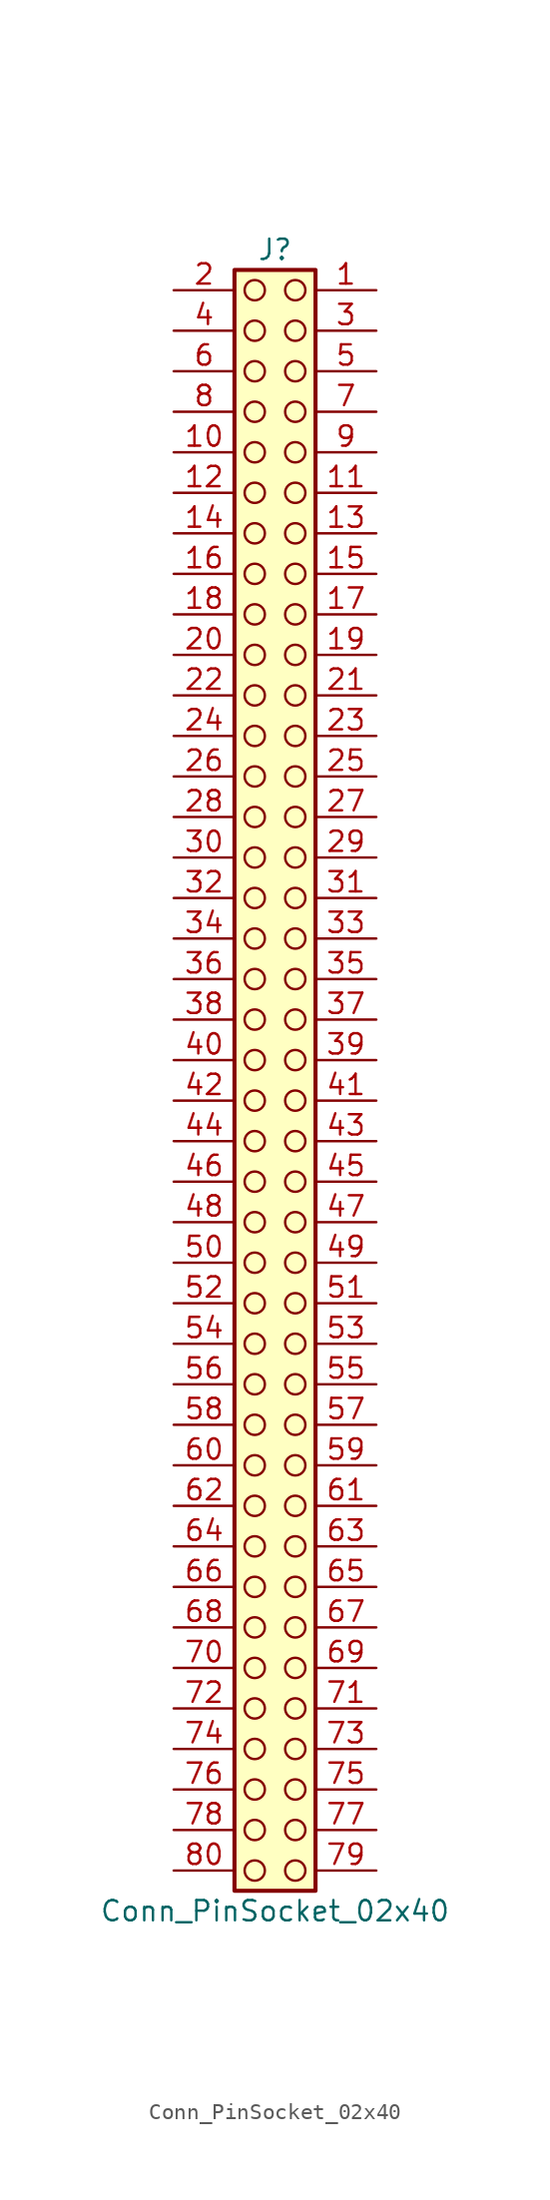
<source format=kicad_sym>
(kicad_symbol_lib
  (version 20241209)
  (generator "kicad_symbol_editor")
  (generator_version "9.0")
  (symbol "Conn_PinSocket_02x40"
    (pin_names
      (offset 1.016)
      (hide yes))
    (property "Reference" "J"
      (at 1.27 50.8 0)
      (effects (font (size 1.27 1.27))))
    (property "Value" "Conn_PinSocket_02x40"
      (at 1.27 -53.34 0)
      (effects (font (size 1.27 1.27))))
    (symbol "Conn_PinSocket_02x40_1_1"
      (rectangle (start -1.27 49.53) (end 3.81 -52.07) (stroke (width 0.254) (type default)) (fill (type background)))
      (circle (center 0 48.26) (radius 0.635) (stroke (width 0) (type solid) (color 132 0 0 1)) (fill (type none)))
      (circle (center 0 45.72) (radius 0.635) (stroke (width 0) (type solid) (color 132 0 0 1)) (fill (type none)))
      (circle (center 0 43.18) (radius 0.635) (stroke (width 0) (type solid) (color 132 0 0 1)) (fill (type none)))
      (circle (center 0 40.64) (radius 0.635) (stroke (width 0) (type solid) (color 132 0 0 1)) (fill (type none)))
      (circle (center 0 38.1) (radius 0.635) (stroke (width 0) (type solid) (color 132 0 0 1)) (fill (type none)))
      (circle (center 0 35.56) (radius 0.635) (stroke (width 0) (type solid) (color 132 0 0 1)) (fill (type none)))
      (circle (center 0 33.02) (radius 0.635) (stroke (width 0) (type solid) (color 132 0 0 1)) (fill (type none)))
      (circle (center 0 30.48) (radius 0.635) (stroke (width 0) (type solid) (color 132 0 0 1)) (fill (type none)))
      (circle (center 0 27.94) (radius 0.635) (stroke (width 0) (type solid) (color 132 0 0 1)) (fill (type none)))
      (circle (center 0 25.4) (radius 0.635) (stroke (width 0) (type solid) (color 132 0 0 1)) (fill (type none)))
      (circle (center 0 22.86) (radius 0.635) (stroke (width 0) (type solid) (color 132 0 0 1)) (fill (type none)))
      (circle (center 0 20.32) (radius 0.635) (stroke (width 0) (type solid) (color 132 0 0 1)) (fill (type none)))
      (circle (center 0 17.78) (radius 0.635) (stroke (width 0) (type solid) (color 132 0 0 1)) (fill (type none)))
      (circle (center 0 15.24) (radius 0.635) (stroke (width 0) (type solid) (color 132 0 0 1)) (fill (type none)))
      (circle (center 0 12.7) (radius 0.635) (stroke (width 0) (type solid) (color 132 0 0 1)) (fill (type none)))
      (circle (center 0 10.16) (radius 0.635) (stroke (width 0) (type solid) (color 132 0 0 1)) (fill (type none)))
      (circle (center 0 7.62) (radius 0.635) (stroke (width 0) (type solid) (color 132 0 0 1)) (fill (type none)))
      (circle (center 0 5.08) (radius 0.635) (stroke (width 0) (type solid) (color 132 0 0 1)) (fill (type none)))
      (circle (center 0 2.54) (radius 0.635) (stroke (width 0) (type solid) (color 132 0 0 1)) (fill (type none)))
      (circle (center 0 0) (radius 0.635) (stroke (width 0) (type solid) (color 132 0 0 1)) (fill (type none)))
      (circle (center 0 -2.54) (radius 0.635) (stroke (width 0) (type solid) (color 132 0 0 1)) (fill (type none)))
      (circle (center 0 -5.08) (radius 0.635) (stroke (width 0) (type solid) (color 132 0 0 1)) (fill (type none)))
      (circle (center 0 -7.62) (radius 0.635) (stroke (width 0) (type solid) (color 132 0 0 1)) (fill (type none)))
      (circle (center 0 -10.16) (radius 0.635) (stroke (width 0) (type solid) (color 132 0 0 1)) (fill (type none)))
      (circle (center 0 -12.7) (radius 0.635) (stroke (width 0) (type solid) (color 132 0 0 1)) (fill (type none)))
      (circle (center 0 -15.24) (radius 0.635) (stroke (width 0) (type solid) (color 132 0 0 1)) (fill (type none)))
      (circle (center 0 -17.78) (radius 0.635) (stroke (width 0) (type solid) (color 132 0 0 1)) (fill (type none)))
      (circle (center 0 -20.32) (radius 0.635) (stroke (width 0) (type solid) (color 132 0 0 1)) (fill (type none)))
      (circle (center 0 -22.86) (radius 0.635) (stroke (width 0) (type solid) (color 132 0 0 1)) (fill (type none)))
      (circle (center 0 -25.4) (radius 0.635) (stroke (width 0) (type solid) (color 132 0 0 1)) (fill (type none)))
      (circle (center 0 -27.94) (radius 0.635) (stroke (width 0) (type solid) (color 132 0 0 1)) (fill (type none)))
      (circle (center 0 -30.48) (radius 0.635) (stroke (width 0) (type solid) (color 132 0 0 1)) (fill (type none)))
      (circle (center 0 -33.02) (radius 0.635) (stroke (width 0) (type solid) (color 132 0 0 1)) (fill (type none)))
      (circle (center 0 -35.56) (radius 0.635) (stroke (width 0) (type solid) (color 132 0 0 1)) (fill (type none)))
      (circle (center 0 -38.1) (radius 0.635) (stroke (width 0) (type solid) (color 132 0 0 1)) (fill (type none)))
      (circle (center 0 -40.64) (radius 0.635) (stroke (width 0) (type solid) (color 132 0 0 1)) (fill (type none)))
      (circle (center 0 -43.18) (radius 0.635) (stroke (width 0) (type solid) (color 132 0 0 1)) (fill (type none)))
      (circle (center 0 -45.72) (radius 0.635) (stroke (width 0) (type solid) (color 132 0 0 1)) (fill (type none)))
      (circle (center 0 -48.26) (radius 0.635) (stroke (width 0) (type solid) (color 132 0 0 1)) (fill (type none)))
      (circle (center 0 -50.8) (radius 0.635) (stroke (width 0) (type solid) (color 132 0 0 1)) (fill (type none)))
      (circle (center 2.54 48.26) (radius 0.635) (stroke (width 0) (type solid) (color 132 0 0 1)) (fill (type none)))
      (circle (center 2.54 45.72) (radius 0.635) (stroke (width 0) (type solid) (color 132 0 0 1)) (fill (type none)))
      (circle (center 2.54 43.18) (radius 0.635) (stroke (width 0) (type solid) (color 132 0 0 1)) (fill (type none)))
      (circle (center 2.54 40.64) (radius 0.635) (stroke (width 0) (type solid) (color 132 0 0 1)) (fill (type none)))
      (circle (center 2.54 38.1) (radius 0.635) (stroke (width 0) (type solid) (color 132 0 0 1)) (fill (type none)))
      (circle (center 2.54 35.56) (radius 0.635) (stroke (width 0) (type solid) (color 132 0 0 1)) (fill (type none)))
      (circle (center 2.54 33.02) (radius 0.635) (stroke (width 0) (type solid) (color 132 0 0 1)) (fill (type none)))
      (circle (center 2.54 30.48) (radius 0.635) (stroke (width 0) (type solid) (color 132 0 0 1)) (fill (type none)))
      (circle (center 2.54 27.94) (radius 0.635) (stroke (width 0) (type solid) (color 132 0 0 1)) (fill (type none)))
      (circle (center 2.54 25.4) (radius 0.635) (stroke (width 0) (type solid) (color 132 0 0 1)) (fill (type none)))
      (circle (center 2.54 22.86) (radius 0.635) (stroke (width 0) (type solid) (color 132 0 0 1)) (fill (type none)))
      (circle (center 2.54 20.32) (radius 0.635) (stroke (width 0) (type solid) (color 132 0 0 1)) (fill (type none)))
      (circle (center 2.54 17.78) (radius 0.635) (stroke (width 0) (type solid) (color 132 0 0 1)) (fill (type none)))
      (circle (center 2.54 15.24) (radius 0.635) (stroke (width 0) (type solid) (color 132 0 0 1)) (fill (type none)))
      (circle (center 2.54 12.7) (radius 0.635) (stroke (width 0) (type solid) (color 132 0 0 1)) (fill (type none)))
      (circle (center 2.54 10.16) (radius 0.635) (stroke (width 0) (type solid) (color 132 0 0 1)) (fill (type none)))
      (circle (center 2.54 7.62) (radius 0.635) (stroke (width 0) (type solid) (color 132 0 0 1)) (fill (type none)))
      (circle (center 2.54 5.08) (radius 0.635) (stroke (width 0) (type solid) (color 132 0 0 1)) (fill (type none)))
      (circle (center 2.54 2.54) (radius 0.635) (stroke (width 0) (type solid) (color 132 0 0 1)) (fill (type none)))
      (circle (center 2.54 0) (radius 0.635) (stroke (width 0) (type solid) (color 132 0 0 1)) (fill (type none)))
      (circle (center 2.54 -2.54) (radius 0.635) (stroke (width 0) (type solid) (color 132 0 0 1)) (fill (type none)))
      (circle (center 2.54 -5.08) (radius 0.635) (stroke (width 0) (type solid) (color 132 0 0 1)) (fill (type none)))
      (circle (center 2.54 -7.62) (radius 0.635) (stroke (width 0) (type solid) (color 132 0 0 1)) (fill (type none)))
      (circle (center 2.54 -10.16) (radius 0.635) (stroke (width 0) (type solid) (color 132 0 0 1)) (fill (type none)))
      (circle (center 2.54 -12.7) (radius 0.635) (stroke (width 0) (type solid) (color 132 0 0 1)) (fill (type none)))
      (circle (center 2.54 -15.24) (radius 0.635) (stroke (width 0) (type solid) (color 132 0 0 1)) (fill (type none)))
      (circle (center 2.54 -17.78) (radius 0.635) (stroke (width 0) (type solid) (color 132 0 0 1)) (fill (type none)))
      (circle (center 2.54 -20.32) (radius 0.635) (stroke (width 0) (type solid) (color 132 0 0 1)) (fill (type none)))
      (circle (center 2.54 -22.86) (radius 0.635) (stroke (width 0) (type solid) (color 132 0 0 1)) (fill (type none)))
      (circle (center 2.54 -25.4) (radius 0.635) (stroke (width 0) (type solid) (color 132 0 0 1)) (fill (type none)))
      (circle (center 2.54 -27.94) (radius 0.635) (stroke (width 0) (type solid) (color 132 0 0 1)) (fill (type none)))
      (circle (center 2.54 -30.48) (radius 0.635) (stroke (width 0) (type solid) (color 132 0 0 1)) (fill (type none)))
      (circle (center 2.54 -33.02) (radius 0.635) (stroke (width 0) (type solid) (color 132 0 0 1)) (fill (type none)))
      (circle (center 2.54 -35.56) (radius 0.635) (stroke (width 0) (type solid) (color 132 0 0 1)) (fill (type none)))
      (circle (center 2.54 -38.1) (radius 0.635) (stroke (width 0) (type solid) (color 132 0 0 1)) (fill (type none)))
      (circle (center 2.54 -40.64) (radius 0.635) (stroke (width 0) (type solid) (color 132 0 0 1)) (fill (type none)))
      (circle (center 2.54 -43.18) (radius 0.635) (stroke (width 0) (type solid) (color 132 0 0 1)) (fill (type none)))
      (circle (center 2.54 -45.72) (radius 0.635) (stroke (width 0) (type solid) (color 132 0 0 1)) (fill (type none)))
      (circle (center 2.54 -48.26) (radius 0.635) (stroke (width 0) (type solid) (color 132 0 0 1)) (fill (type none)))
      (circle (center 2.54 -50.8) (radius 0.635) (stroke (width 0) (type solid) (color 132 0 0 1)) (fill (type none)))
      (pin passive line (at -5.08 48.26 0) (length 3.81) (name "Pin_2" (effects (font (size 1.27 1.27)))) (number "2" (effects (font (size 1.27 1.27)))))
      (pin passive line (at -5.08 45.72 0) (length 3.81) (name "Pin_4" (effects (font (size 1.27 1.27)))) (number "4" (effects (font (size 1.27 1.27)))))
      (pin passive line (at -5.08 43.18 0) (length 3.81) (name "Pin_6" (effects (font (size 1.27 1.27)))) (number "6" (effects (font (size 1.27 1.27)))))
      (pin passive line (at -5.08 40.64 0) (length 3.81) (name "Pin_8" (effects (font (size 1.27 1.27)))) (number "8" (effects (font (size 1.27 1.27)))))
      (pin passive line (at -5.08 38.1 0) (length 3.81) (name "Pin_10" (effects (font (size 1.27 1.27)))) (number "10" (effects (font (size 1.27 1.27)))))
      (pin passive line (at -5.08 35.56 0) (length 3.81) (name "Pin_12" (effects (font (size 1.27 1.27)))) (number "12" (effects (font (size 1.27 1.27)))))
      (pin passive line (at -5.08 33.02 0) (length 3.81) (name "Pin_14" (effects (font (size 1.27 1.27)))) (number "14" (effects (font (size 1.27 1.27)))))
      (pin passive line (at -5.08 30.48 0) (length 3.81) (name "Pin_16" (effects (font (size 1.27 1.27)))) (number "16" (effects (font (size 1.27 1.27)))))
      (pin passive line (at -5.08 27.94 0) (length 3.81) (name "Pin_18" (effects (font (size 1.27 1.27)))) (number "18" (effects (font (size 1.27 1.27)))))
      (pin passive line (at -5.08 25.4 0) (length 3.81) (name "Pin_20" (effects (font (size 1.27 1.27)))) (number "20" (effects (font (size 1.27 1.27)))))
      (pin passive line (at -5.08 22.86 0) (length 3.81) (name "Pin_22" (effects (font (size 1.27 1.27)))) (number "22" (effects (font (size 1.27 1.27)))))
      (pin passive line (at -5.08 20.32 0) (length 3.81) (name "Pin_24" (effects (font (size 1.27 1.27)))) (number "24" (effects (font (size 1.27 1.27)))))
      (pin passive line (at -5.08 17.78 0) (length 3.81) (name "Pin_26" (effects (font (size 1.27 1.27)))) (number "26" (effects (font (size 1.27 1.27)))))
      (pin passive line (at -5.08 15.24 0) (length 3.81) (name "Pin_28" (effects (font (size 1.27 1.27)))) (number "28" (effects (font (size 1.27 1.27)))))
      (pin passive line (at -5.08 12.7 0) (length 3.81) (name "Pin_30" (effects (font (size 1.27 1.27)))) (number "30" (effects (font (size 1.27 1.27)))))
      (pin passive line (at -5.08 10.16 0) (length 3.81) (name "Pin_32" (effects (font (size 1.27 1.27)))) (number "32" (effects (font (size 1.27 1.27)))))
      (pin passive line (at -5.08 7.62 0) (length 3.81) (name "Pin_34" (effects (font (size 1.27 1.27)))) (number "34" (effects (font (size 1.27 1.27)))))
      (pin passive line (at -5.08 5.08 0) (length 3.81) (name "Pin_36" (effects (font (size 1.27 1.27)))) (number "36" (effects (font (size 1.27 1.27)))))
      (pin passive line (at -5.08 2.54 0) (length 3.81) (name "Pin_38" (effects (font (size 1.27 1.27)))) (number "38" (effects (font (size 1.27 1.27)))))
      (pin passive line (at -5.08 0 0) (length 3.81) (name "Pin_40" (effects (font (size 1.27 1.27)))) (number "40" (effects (font (size 1.27 1.27)))))
      (pin passive line (at -5.08 -2.54 0) (length 3.81) (name "Pin_42" (effects (font (size 1.27 1.27)))) (number "42" (effects (font (size 1.27 1.27)))))
      (pin passive line (at -5.08 -5.08 0) (length 3.81) (name "Pin_44" (effects (font (size 1.27 1.27)))) (number "44" (effects (font (size 1.27 1.27)))))
      (pin passive line (at -5.08 -7.62 0) (length 3.81) (name "Pin_46" (effects (font (size 1.27 1.27)))) (number "46" (effects (font (size 1.27 1.27)))))
      (pin passive line (at -5.08 -10.16 0) (length 3.81) (name "Pin_48" (effects (font (size 1.27 1.27)))) (number "48" (effects (font (size 1.27 1.27)))))
      (pin passive line (at -5.08 -12.7 0) (length 3.81) (name "Pin_50" (effects (font (size 1.27 1.27)))) (number "50" (effects (font (size 1.27 1.27)))))
      (pin passive line (at -5.08 -15.24 0) (length 3.81) (name "Pin_52" (effects (font (size 1.27 1.27)))) (number "52" (effects (font (size 1.27 1.27)))))
      (pin passive line (at -5.08 -17.78 0) (length 3.81) (name "Pin_54" (effects (font (size 1.27 1.27)))) (number "54" (effects (font (size 1.27 1.27)))))
      (pin passive line (at -5.08 -20.32 0) (length 3.81) (name "Pin_56" (effects (font (size 1.27 1.27)))) (number "56" (effects (font (size 1.27 1.27)))))
      (pin passive line (at -5.08 -22.86 0) (length 3.81) (name "Pin_58" (effects (font (size 1.27 1.27)))) (number "58" (effects (font (size 1.27 1.27)))))
      (pin passive line (at -5.08 -25.4 0) (length 3.81) (name "Pin_60" (effects (font (size 1.27 1.27)))) (number "60" (effects (font (size 1.27 1.27)))))
      (pin passive line (at -5.08 -27.94 0) (length 3.81) (name "Pin_62" (effects (font (size 1.27 1.27)))) (number "62" (effects (font (size 1.27 1.27)))))
      (pin passive line (at -5.08 -30.48 0) (length 3.81) (name "Pin_64" (effects (font (size 1.27 1.27)))) (number "64" (effects (font (size 1.27 1.27)))))
      (pin passive line (at -5.08 -33.02 0) (length 3.81) (name "Pin_66" (effects (font (size 1.27 1.27)))) (number "66" (effects (font (size 1.27 1.27)))))
      (pin passive line (at -5.08 -35.56 0) (length 3.81) (name "Pin_68" (effects (font (size 1.27 1.27)))) (number "68" (effects (font (size 1.27 1.27)))))
      (pin passive line (at -5.08 -38.1 0) (length 3.81) (name "Pin_70" (effects (font (size 1.27 1.27)))) (number "70" (effects (font (size 1.27 1.27)))))
      (pin passive line (at -5.08 -40.64 0) (length 3.81) (name "Pin_72" (effects (font (size 1.27 1.27)))) (number "72" (effects (font (size 1.27 1.27)))))
      (pin passive line (at -5.08 -43.18 0) (length 3.81) (name "Pin_74" (effects (font (size 1.27 1.27)))) (number "74" (effects (font (size 1.27 1.27)))))
      (pin passive line (at -5.08 -45.72 0) (length 3.81) (name "Pin_76" (effects (font (size 1.27 1.27)))) (number "76" (effects (font (size 1.27 1.27)))))
      (pin passive line (at -5.08 -48.26 0) (length 3.81) (name "Pin_78" (effects (font (size 1.27 1.27)))) (number "78" (effects (font (size 1.27 1.27)))))
      (pin passive line (at -5.08 -50.8 0) (length 3.81) (name "Pin_80" (effects (font (size 1.27 1.27)))) (number "80" (effects (font (size 1.27 1.27)))))
      (pin passive line (at 7.62 48.26 180) (length 3.81) (name "Pin_1" (effects (font (size 1.27 1.27)))) (number "1" (effects (font (size 1.27 1.27)))))
      (pin passive line (at 7.62 45.72 180) (length 3.81) (name "Pin_3" (effects (font (size 1.27 1.27)))) (number "3" (effects (font (size 1.27 1.27)))))
      (pin passive line (at 7.62 43.18 180) (length 3.81) (name "Pin_5" (effects (font (size 1.27 1.27)))) (number "5" (effects (font (size 1.27 1.27)))))
      (pin passive line (at 7.62 40.64 180) (length 3.81) (name "Pin_7" (effects (font (size 1.27 1.27)))) (number "7" (effects (font (size 1.27 1.27)))))
      (pin passive line (at 7.62 38.1 180) (length 3.81) (name "Pin_9" (effects (font (size 1.27 1.27)))) (number "9" (effects (font (size 1.27 1.27)))))
      (pin passive line (at 7.62 35.56 180) (length 3.81) (name "Pin_11" (effects (font (size 1.27 1.27)))) (number "11" (effects (font (size 1.27 1.27)))))
      (pin passive line (at 7.62 33.02 180) (length 3.81) (name "Pin_13" (effects (font (size 1.27 1.27)))) (number "13" (effects (font (size 1.27 1.27)))))
      (pin passive line (at 7.62 30.48 180) (length 3.81) (name "Pin_15" (effects (font (size 1.27 1.27)))) (number "15" (effects (font (size 1.27 1.27)))))
      (pin passive line (at 7.62 27.94 180) (length 3.81) (name "Pin_17" (effects (font (size 1.27 1.27)))) (number "17" (effects (font (size 1.27 1.27)))))
      (pin passive line (at 7.62 25.4 180) (length 3.81) (name "Pin_19" (effects (font (size 1.27 1.27)))) (number "19" (effects (font (size 1.27 1.27)))))
      (pin passive line (at 7.62 22.86 180) (length 3.81) (name "Pin_21" (effects (font (size 1.27 1.27)))) (number "21" (effects (font (size 1.27 1.27)))))
      (pin passive line (at 7.62 20.32 180) (length 3.81) (name "Pin_23" (effects (font (size 1.27 1.27)))) (number "23" (effects (font (size 1.27 1.27)))))
      (pin passive line (at 7.62 17.78 180) (length 3.81) (name "Pin_25" (effects (font (size 1.27 1.27)))) (number "25" (effects (font (size 1.27 1.27)))))
      (pin passive line (at 7.62 15.24 180) (length 3.81) (name "Pin_27" (effects (font (size 1.27 1.27)))) (number "27" (effects (font (size 1.27 1.27)))))
      (pin passive line (at 7.62 12.7 180) (length 3.81) (name "Pin_29" (effects (font (size 1.27 1.27)))) (number "29" (effects (font (size 1.27 1.27)))))
      (pin passive line (at 7.62 10.16 180) (length 3.81) (name "Pin_31" (effects (font (size 1.27 1.27)))) (number "31" (effects (font (size 1.27 1.27)))))
      (pin passive line (at 7.62 7.62 180) (length 3.81) (name "Pin_33" (effects (font (size 1.27 1.27)))) (number "33" (effects (font (size 1.27 1.27)))))
      (pin passive line (at 7.62 5.08 180) (length 3.81) (name "Pin_35" (effects (font (size 1.27 1.27)))) (number "35" (effects (font (size 1.27 1.27)))))
      (pin passive line (at 7.62 2.54 180) (length 3.81) (name "Pin_37" (effects (font (size 1.27 1.27)))) (number "37" (effects (font (size 1.27 1.27)))))
      (pin passive line (at 7.62 0 180) (length 3.81) (name "Pin_39" (effects (font (size 1.27 1.27)))) (number "39" (effects (font (size 1.27 1.27)))))
      (pin passive line (at 7.62 -2.54 180) (length 3.81) (name "Pin_41" (effects (font (size 1.27 1.27)))) (number "41" (effects (font (size 1.27 1.27)))))
      (pin passive line (at 7.62 -5.08 180) (length 3.81) (name "Pin_43" (effects (font (size 1.27 1.27)))) (number "43" (effects (font (size 1.27 1.27)))))
      (pin passive line (at 7.62 -7.62 180) (length 3.81) (name "Pin_45" (effects (font (size 1.27 1.27)))) (number "45" (effects (font (size 1.27 1.27)))))
      (pin passive line (at 7.62 -10.16 180) (length 3.81) (name "Pin_47" (effects (font (size 1.27 1.27)))) (number "47" (effects (font (size 1.27 1.27)))))
      (pin passive line (at 7.62 -12.7 180) (length 3.81) (name "Pin_49" (effects (font (size 1.27 1.27)))) (number "49" (effects (font (size 1.27 1.27)))))
      (pin passive line (at 7.62 -15.24 180) (length 3.81) (name "Pin_51" (effects (font (size 1.27 1.27)))) (number "51" (effects (font (size 1.27 1.27)))))
      (pin passive line (at 7.62 -17.78 180) (length 3.81) (name "Pin_53" (effects (font (size 1.27 1.27)))) (number "53" (effects (font (size 1.27 1.27)))))
      (pin passive line (at 7.62 -20.32 180) (length 3.81) (name "Pin_55" (effects (font (size 1.27 1.27)))) (number "55" (effects (font (size 1.27 1.27)))))
      (pin passive line (at 7.62 -22.86 180) (length 3.81) (name "Pin_57" (effects (font (size 1.27 1.27)))) (number "57" (effects (font (size 1.27 1.27)))))
      (pin passive line (at 7.62 -25.4 180) (length 3.81) (name "Pin_59" (effects (font (size 1.27 1.27)))) (number "59" (effects (font (size 1.27 1.27)))))
      (pin passive line (at 7.62 -27.94 180) (length 3.81) (name "Pin_61" (effects (font (size 1.27 1.27)))) (number "61" (effects (font (size 1.27 1.27)))))
      (pin passive line (at 7.62 -30.48 180) (length 3.81) (name "Pin_63" (effects (font (size 1.27 1.27)))) (number "63" (effects (font (size 1.27 1.27)))))
      (pin passive line (at 7.62 -33.02 180) (length 3.81) (name "Pin_65" (effects (font (size 1.27 1.27)))) (number "65" (effects (font (size 1.27 1.27)))))
      (pin passive line (at 7.62 -35.56 180) (length 3.81) (name "Pin_67" (effects (font (size 1.27 1.27)))) (number "67" (effects (font (size 1.27 1.27)))))
      (pin passive line (at 7.62 -38.1 180) (length 3.81) (name "Pin_69" (effects (font (size 1.27 1.27)))) (number "69" (effects (font (size 1.27 1.27)))))
      (pin passive line (at 7.62 -40.64 180) (length 3.81) (name "Pin_71" (effects (font (size 1.27 1.27)))) (number "71" (effects (font (size 1.27 1.27)))))
      (pin passive line (at 7.62 -43.18 180) (length 3.81) (name "Pin_73" (effects (font (size 1.27 1.27)))) (number "73" (effects (font (size 1.27 1.27)))))
      (pin passive line (at 7.62 -45.72 180) (length 3.81) (name "Pin_75" (effects (font (size 1.27 1.27)))) (number "75" (effects (font (size 1.27 1.27)))))
      (pin passive line (at 7.62 -48.26 180) (length 3.81) (name "Pin_77" (effects (font (size 1.27 1.27)))) (number "77" (effects (font (size 1.27 1.27)))))
      (pin passive line (at 7.62 -50.8 180) (length 3.81) (name "Pin_79" (effects (font (size 1.27 1.27)))) (number "79" (effects (font (size 1.27 1.27))))))))
</source>
